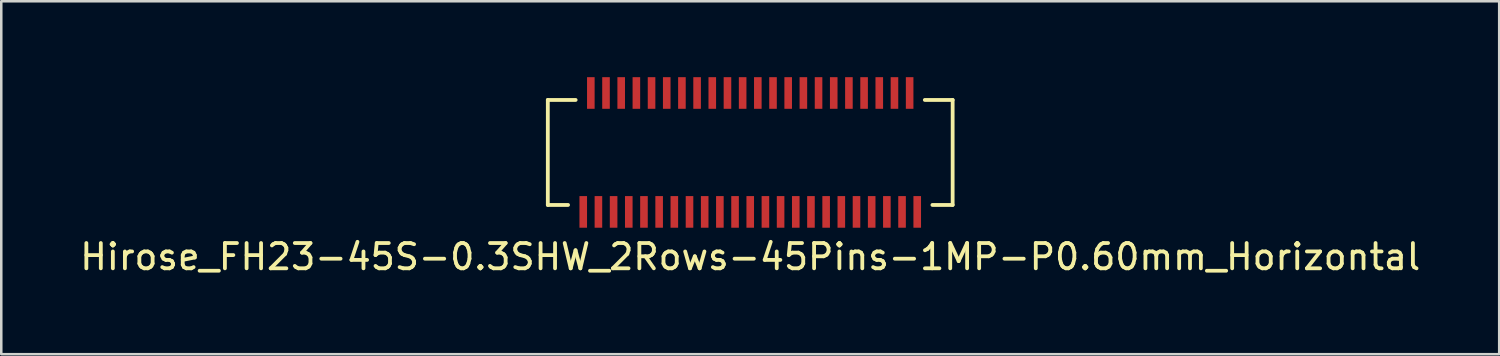
<source format=kicad_pcb>
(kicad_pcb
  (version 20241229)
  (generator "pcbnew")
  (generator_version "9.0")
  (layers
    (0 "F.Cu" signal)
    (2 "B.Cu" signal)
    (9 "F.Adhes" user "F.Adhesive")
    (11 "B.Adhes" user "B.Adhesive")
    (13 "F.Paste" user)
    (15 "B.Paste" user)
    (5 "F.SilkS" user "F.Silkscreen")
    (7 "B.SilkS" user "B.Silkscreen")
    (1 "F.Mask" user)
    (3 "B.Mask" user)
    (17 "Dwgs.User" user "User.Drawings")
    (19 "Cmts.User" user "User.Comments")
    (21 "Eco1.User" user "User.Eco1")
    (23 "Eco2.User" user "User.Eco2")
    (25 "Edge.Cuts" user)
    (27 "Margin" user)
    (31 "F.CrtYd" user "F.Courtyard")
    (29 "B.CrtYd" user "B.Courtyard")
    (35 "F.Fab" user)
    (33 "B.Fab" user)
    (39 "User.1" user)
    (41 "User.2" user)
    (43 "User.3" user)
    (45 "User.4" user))
  (footprint "Hirose_FH23-45S-0.3SHW_2Rows-45Pins-1MP-P0.60mm_Horizontal"
    (layer "F.Cu")
    (at 26.601 2.975)
    (property "Reference" "Hirose_FH23-45S-0.3SHW_2Rows-45Pins-1MP-P0.60mm_Horizontal" (at 0 4.125 0) (layer "F.SilkS") (effects (font (size 1 1) (thickness 0.15))))
    (attr smd)
    (fp_line (start -8 -2.075) (end -8 2.075) (stroke (width 0.15) (type solid)) (layer "F.SilkS"))
    (fp_line (start -8 -2.075) (end -6.9 -2.075) (stroke (width 0.15) (type solid)) (layer "F.SilkS"))
    (fp_line (start -8 2.075) (end -7.2 2.075) (stroke (width 0.15) (type solid)) (layer "F.SilkS"))
    (fp_line (start 6.9 -2.075) (end 8 -2.075) (stroke (width 0.15) (type solid)) (layer "F.SilkS"))
    (fp_line (start 7.2 2.075) (end 8 2.075) (stroke (width 0.15) (type solid)) (layer "F.SilkS"))
    (fp_line (start 8 -2.075) (end 8 2.075) (stroke (width 0.15) (type solid)) (layer "F.SilkS"))
    (pad "1" smd rect (at -6.6 2.35) (size 0.3 1.25) (layers "F.Cu" "F.Mask" "F.Paste"))
    (pad "2" smd rect (at -6.3 -2.35) (size 0.3 1.25) (layers "F.Cu" "F.Mask" "F.Paste"))
    (pad "3" smd rect (at -6 2.35) (size 0.3 1.25) (layers "F.Cu" "F.Mask" "F.Paste"))
    (pad "4" smd rect (at -5.7 -2.35) (size 0.3 1.25) (layers "F.Cu" "F.Mask" "F.Paste"))
    (pad "5" smd rect (at -5.4 2.35) (size 0.3 1.25) (layers "F.Cu" "F.Mask" "F.Paste"))
    (pad "6" smd rect (at -5.1 -2.35) (size 0.3 1.25) (layers "F.Cu" "F.Mask" "F.Paste"))
    (pad "7" smd rect (at -4.8 2.35) (size 0.3 1.25) (layers "F.Cu" "F.Mask" "F.Paste"))
    (pad "8" smd rect (at -4.5 -2.35) (size 0.3 1.25) (layers "F.Cu" "F.Mask" "F.Paste"))
    (pad "9" smd rect (at -4.2 2.35) (size 0.3 1.25) (layers "F.Cu" "F.Mask" "F.Paste"))
    (pad "10" smd rect (at -3.9 -2.35) (size 0.3 1.25) (layers "F.Cu" "F.Mask" "F.Paste"))
    (pad "11" smd rect (at -3.6 2.35) (size 0.3 1.25) (layers "F.Cu" "F.Mask" "F.Paste"))
    (pad "12" smd rect (at -3.3 -2.35) (size 0.3 1.25) (layers "F.Cu" "F.Mask" "F.Paste"))
    (pad "13" smd rect (at -3 2.35) (size 0.3 1.25) (layers "F.Cu" "F.Mask" "F.Paste"))
    (pad "14" smd rect (at -2.7 -2.35) (size 0.3 1.25) (layers "F.Cu" "F.Mask" "F.Paste"))
    (pad "15" smd rect (at -2.4 2.35) (size 0.3 1.25) (layers "F.Cu" "F.Mask" "F.Paste"))
    (pad "16" smd rect (at -2.1 -2.35) (size 0.3 1.25) (layers "F.Cu" "F.Mask" "F.Paste"))
    (pad "17" smd rect (at -1.8 2.35) (size 0.3 1.25) (layers "F.Cu" "F.Mask" "F.Paste"))
    (pad "18" smd rect (at -1.5 -2.35) (size 0.3 1.25) (layers "F.Cu" "F.Mask" "F.Paste"))
    (pad "19" smd rect (at -1.2 2.35) (size 0.3 1.25) (layers "F.Cu" "F.Mask" "F.Paste"))
    (pad "20" smd rect (at -0.9 -2.35) (size 0.3 1.25) (layers "F.Cu" "F.Mask" "F.Paste"))
    (pad "21" smd rect (at -0.6 2.35) (size 0.3 1.25) (layers "F.Cu" "F.Mask" "F.Paste"))
    (pad "22" smd rect (at -0.3 -2.35) (size 0.3 1.25) (layers "F.Cu" "F.Mask" "F.Paste"))
    (pad "23" smd rect (at 0 2.35) (size 0.3 1.25) (layers "F.Cu" "F.Mask" "F.Paste"))
    (pad "24" smd rect (at 0.3 -2.35) (size 0.3 1.25) (layers "F.Cu" "F.Mask" "F.Paste"))
    (pad "25" smd rect (at 0.6 2.35) (size 0.3 1.25) (layers "F.Cu" "F.Mask" "F.Paste"))
    (pad "26" smd rect (at 0.9 -2.35) (size 0.3 1.25) (layers "F.Cu" "F.Mask" "F.Paste"))
    (pad "27" smd rect (at 1.2 2.35) (size 0.3 1.25) (layers "F.Cu" "F.Mask" "F.Paste"))
    (pad "28" smd rect (at 1.5 -2.35) (size 0.3 1.25) (layers "F.Cu" "F.Mask" "F.Paste"))
    (pad "29" smd rect (at 1.8 2.35) (size 0.3 1.25) (layers "F.Cu" "F.Mask" "F.Paste"))
    (pad "30" smd rect (at 2.1 -2.35) (size 0.3 1.25) (layers "F.Cu" "F.Mask" "F.Paste"))
    (pad "31" smd rect (at 2.4 2.35) (size 0.3 1.25) (layers "F.Cu" "F.Mask" "F.Paste"))
    (pad "32" smd rect (at 2.7 -2.35) (size 0.3 1.25) (layers "F.Cu" "F.Mask" "F.Paste"))
    (pad "33" smd rect (at 3 2.35) (size 0.3 1.25) (layers "F.Cu" "F.Mask" "F.Paste"))
    (pad "34" smd rect (at 3.3 -2.35) (size 0.3 1.25) (layers "F.Cu" "F.Mask" "F.Paste"))
    (pad "35" smd rect (at 3.6 2.35) (size 0.3 1.25) (layers "F.Cu" "F.Mask" "F.Paste"))
    (pad "36" smd rect (at 3.9 -2.35) (size 0.3 1.25) (layers "F.Cu" "F.Mask" "F.Paste"))
    (pad "37" smd rect (at 4.2 2.35) (size 0.3 1.25) (layers "F.Cu" "F.Mask" "F.Paste"))
    (pad "38" smd rect (at 4.5 -2.35) (size 0.3 1.25) (layers "F.Cu" "F.Mask" "F.Paste"))
    (pad "39" smd rect (at 4.8 2.35) (size 0.3 1.25) (layers "F.Cu" "F.Mask" "F.Paste"))
    (pad "40" smd rect (at 5.1 -2.35) (size 0.3 1.25) (layers "F.Cu" "F.Mask" "F.Paste"))
    (pad "41" smd rect (at 5.4 2.35) (size 0.3 1.25) (layers "F.Cu" "F.Mask" "F.Paste"))
    (pad "42" smd rect (at 5.7 -2.35) (size 0.3 1.25) (layers "F.Cu" "F.Mask" "F.Paste"))
    (pad "43" smd rect (at 6 2.35) (size 0.3 1.25) (layers "F.Cu" "F.Mask" "F.Paste"))
    (pad "44" smd rect (at 6.3 -2.35) (size 0.3 1.25) (layers "F.Cu" "F.Mask" "F.Paste"))
    (pad "45" smd rect (at 6.6 2.35) (size 0.3 1.25) (layers "F.Cu" "F.Mask" "F.Paste")))
  (gr_rect
    (start -3 -3)
    (end 56.202 10.948)
    (stroke (width 0.1) (type default))
    (fill no)
    (layer "Edge.Cuts")))
</source>
